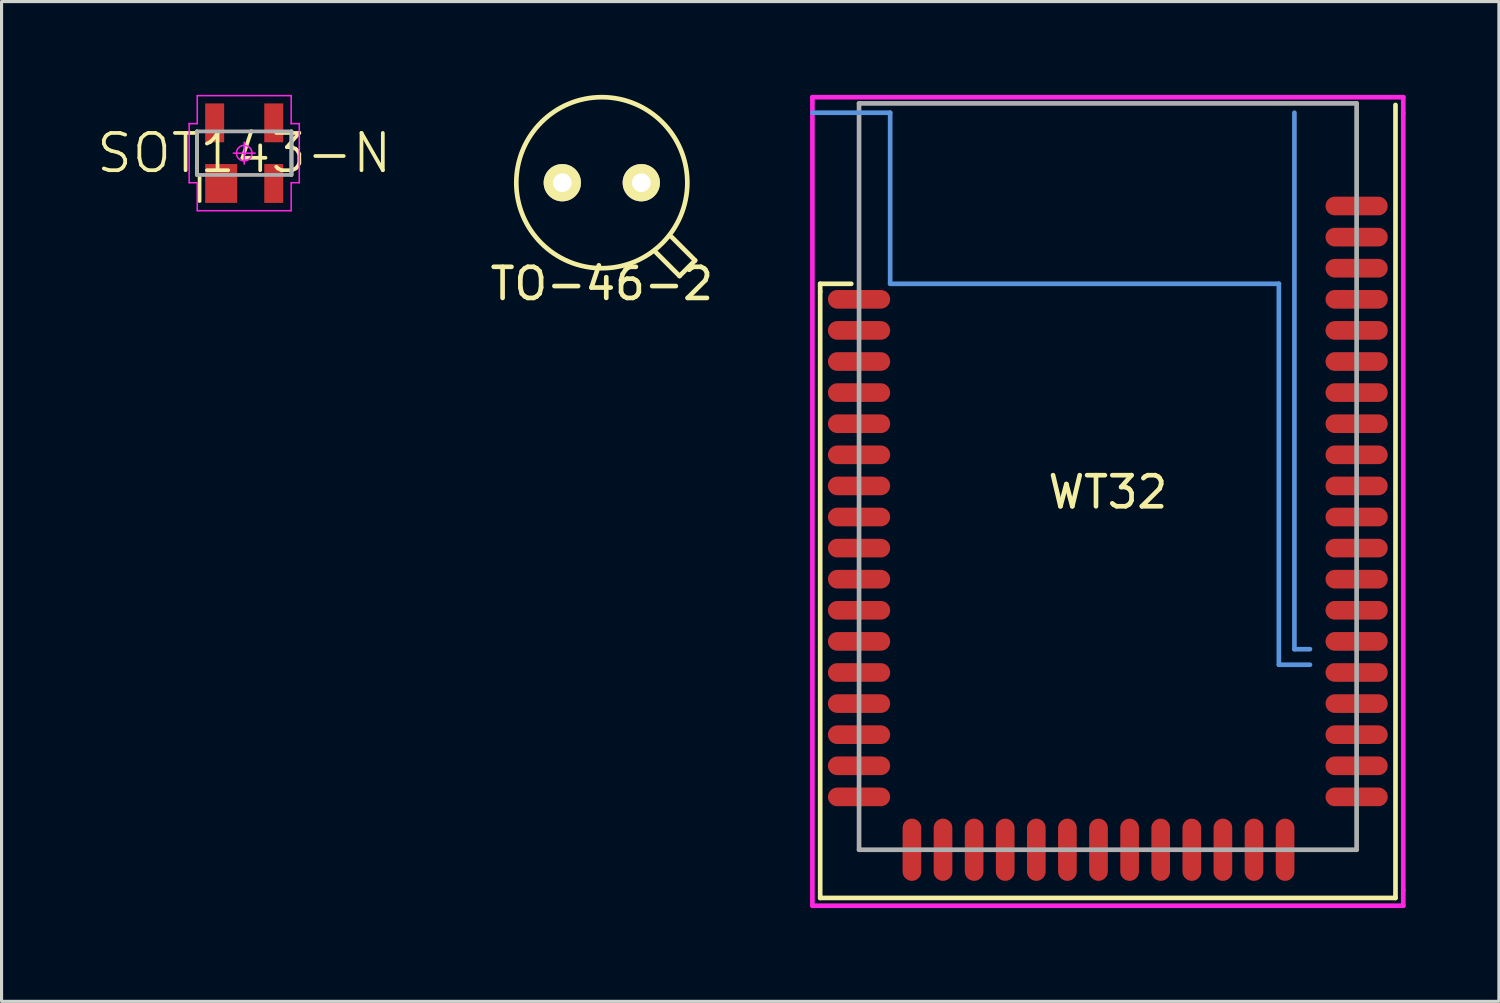
<source format=kicad_pcb>
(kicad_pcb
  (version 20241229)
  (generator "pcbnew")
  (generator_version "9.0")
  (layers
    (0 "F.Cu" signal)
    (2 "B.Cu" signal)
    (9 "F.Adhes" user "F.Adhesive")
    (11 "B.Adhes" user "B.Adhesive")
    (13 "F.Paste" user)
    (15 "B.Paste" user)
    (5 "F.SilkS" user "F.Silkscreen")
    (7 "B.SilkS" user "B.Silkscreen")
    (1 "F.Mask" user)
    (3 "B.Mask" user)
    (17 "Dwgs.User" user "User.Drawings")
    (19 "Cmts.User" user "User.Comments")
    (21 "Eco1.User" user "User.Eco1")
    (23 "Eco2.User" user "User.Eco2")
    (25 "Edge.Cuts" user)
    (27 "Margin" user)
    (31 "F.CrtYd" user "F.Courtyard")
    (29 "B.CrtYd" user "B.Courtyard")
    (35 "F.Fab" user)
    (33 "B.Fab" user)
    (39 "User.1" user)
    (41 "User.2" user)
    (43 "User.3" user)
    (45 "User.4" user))
  (footprint "SOT143-N"
    (layer "F.Cu")
    (at 4.803 1.875)
    (property "Reference" "SOT143-N" (at 0 0 0) (layer "F.SilkS") (effects (font (size 1.2 1.2) (thickness 0.12))))
    (attr smd)
    (fp_line (start -1.52 0.7) (end -1.52 -0.7) (stroke (width 0.12) (type solid)) (layer "F.SilkS"))
    (fp_line (start -1.435 0.7) (end -1.435 1.54) (stroke (width 0.12) (type solid)) (layer "F.SilkS"))
    (fp_line (start 1.52 0.7) (end 1.52 -0.7) (stroke (width 0.12) (type solid)) (layer "F.SilkS"))
    (fp_line (start -1.77 -0.95) (end -1.77 0.95) (stroke (width 0.05) (type solid)) (layer "F.CrtYd"))
    (fp_line (start -1.77 0.95) (end -1.51 0.95) (stroke (width 0.05) (type solid)) (layer "F.CrtYd"))
    (fp_line (start -1.51 -1.85) (end -1.51 -0.95) (stroke (width 0.05) (type solid)) (layer "F.CrtYd"))
    (fp_line (start -1.51 -0.95) (end -1.77 -0.95) (stroke (width 0.05) (type solid)) (layer "F.CrtYd"))
    (fp_line (start -1.51 0.95) (end -1.51 1.85) (stroke (width 0.05) (type solid)) (layer "F.CrtYd"))
    (fp_line (start -1.51 1.85) (end 1.51 1.85) (stroke (width 0.05) (type solid)) (layer "F.CrtYd"))
    (fp_line (start -0.35 0) (end 0.35 0) (stroke (width 0.05) (type solid)) (layer "F.CrtYd"))
    (fp_line (start 0 -0.35) (end 0 0.35) (stroke (width 0.05) (type solid)) (layer "F.CrtYd"))
    (fp_line (start 1.51 -1.85) (end -1.51 -1.85) (stroke (width 0.05) (type solid)) (layer "F.CrtYd"))
    (fp_line (start 1.51 -0.95) (end 1.51 -1.85) (stroke (width 0.05) (type solid)) (layer "F.CrtYd"))
    (fp_line (start 1.51 0.95) (end 1.77 0.95) (stroke (width 0.05) (type solid)) (layer "F.CrtYd"))
    (fp_line (start 1.51 1.85) (end 1.51 0.95) (stroke (width 0.05) (type solid)) (layer "F.CrtYd"))
    (fp_line (start 1.77 -0.95) (end 1.51 -0.95) (stroke (width 0.05) (type solid)) (layer "F.CrtYd"))
    (fp_line (start 1.77 0.95) (end 1.77 -0.95) (stroke (width 0.05) (type solid)) (layer "F.CrtYd"))
    (fp_circle (center 0 0) (end 0 0.25) (stroke (width 0.05) (type solid)) (fill no) (layer "F.CrtYd"))
    (fp_line (start -1.52 -0.7) (end 1.52 -0.7) (stroke (width 0.12) (type solid)) (layer "F.Fab"))
    (fp_line (start -1.52 0.7) (end -1.52 -0.7) (stroke (width 0.12) (type solid)) (layer "F.Fab"))
    (fp_line (start 1.52 -0.7) (end 1.52 0.7) (stroke (width 0.12) (type solid)) (layer "F.Fab"))
    (fp_line (start 1.52 0.7) (end -1.52 0.7) (stroke (width 0.12) (type solid)) (layer "F.Fab"))
    (pad "1" smd rect (at -0.74 0.975 90) (size 1.25 1.03) (layers "F.Cu" "F.Mask" "F.Paste"))
    (pad "2" smd rect (at 0.95 0.975 90) (size 1.25 0.61) (layers "F.Cu" "F.Mask" "F.Paste"))
    (pad "3" smd rect (at 0.95 -0.975 90) (size 1.25 0.61) (layers "F.Cu" "F.Mask" "F.Paste"))
    (pad "4" smd rect (at -0.95 -0.975 90) (size 1.25 0.61) (layers "F.Cu" "F.Mask" "F.Paste")))
  (footprint "TO-46-2"
    (layer "F.Cu")
    (at 16.302 2.825)
    (property "Reference" "TO-46-2" (at 0 3.25 0) (layer "F.SilkS") (effects (font (size 1 1) (thickness 0.15))))
    (attr through_hole)
    (fp_line (start 1.75 2.25) (end 2.5 3) (stroke (width 0.15) (type solid)) (layer "F.SilkS"))
    (fp_line (start 2.25 1.75) (end 3 2.5) (stroke (width 0.15) (type solid)) (layer "F.SilkS"))
    (fp_line (start 3 2.5) (end 2.5 3) (stroke (width 0.15) (type solid)) (layer "F.SilkS"))
    (fp_circle (center 0 0) (end 2.75 0) (stroke (width 0.15) (type solid)) (fill no) (layer "F.SilkS"))
    (pad "1" thru_hole circle (at -1.27 0) (size 1.2 1.2) (drill 0.6) (layers "*.Cu" "*.Mask" "F.SilkS"))
    (pad "2" thru_hole circle (at 1.27 0) (size 1.2 1.2) (drill 0.6) (layers "*.Cu" "*.Mask" "F.SilkS")))
  (footprint "WT32"
    (layer "F.Cu")
    (at 32.574 12.575)
    (property "Reference" "WT32" (at 0 0.2 0) (layer "F.SilkS") (effects (font (size 1 1) (thickness 0.15))))
    (attr through_hole)
    (fp_line (start -9.25 -6.5) (end -8.25 -6.5) (stroke (width 0.15) (type solid)) (layer "F.SilkS"))
    (fp_line (start -9.25 -6.25) (end -9.25 -6.5) (stroke (width 0.15) (type solid)) (layer "F.SilkS"))
    (fp_line (start -9.25 13.25) (end -9.25 -6.25) (stroke (width 0.15) (type solid)) (layer "F.SilkS"))
    (fp_line (start 9.25 -12.25) (end 9.25 13.25) (stroke (width 0.15) (type solid)) (layer "F.SilkS"))
    (fp_line (start 9.25 13.25) (end -9.25 13.25) (stroke (width 0.15) (type solid)) (layer "F.SilkS"))
    (fp_line (start -7 -12) (end -9.5 -12) (stroke (width 0.15) (type solid)) (layer "Cmts.User"))
    (fp_line (start -7 -6.5) (end -7 -12) (stroke (width 0.15) (type solid)) (layer "Cmts.User"))
    (fp_line (start -7 -6.5) (end 5.5 -6.5) (stroke (width 0.15) (type solid)) (layer "Cmts.User"))
    (fp_line (start 5.5 -6.5) (end 5.5 5.75) (stroke (width 0.15) (type solid)) (layer "Cmts.User"))
    (fp_line (start 5.5 5.75) (end 6.5 5.75) (stroke (width 0.15) (type solid)) (layer "Cmts.User"))
    (fp_line (start 6 -12) (end 6 5.25) (stroke (width 0.15) (type solid)) (layer "Cmts.User"))
    (fp_line (start 6 5.25) (end 6.5 5.25) (stroke (width 0.15) (type solid)) (layer "Cmts.User"))
    (fp_line (start -9.5 -12.5) (end 9.5 -12.5) (stroke (width 0.15) (type solid)) (layer "F.CrtYd"))
    (fp_line (start -9.5 13.5) (end -9.5 -12.5) (stroke (width 0.15) (type solid)) (layer "F.CrtYd"))
    (fp_line (start 9.5 -12.5) (end 9.5 -12) (stroke (width 0.15) (type solid)) (layer "F.CrtYd"))
    (fp_line (start 9.5 -12) (end 9.5 13) (stroke (width 0.15) (type solid)) (layer "F.CrtYd"))
    (fp_line (start 9.5 13) (end 9.5 13.5) (stroke (width 0.15) (type solid)) (layer "F.CrtYd"))
    (fp_line (start 9.5 13.5) (end -9.5 13.5) (stroke (width 0.15) (type solid)) (layer "F.CrtYd"))
    (fp_line (start -8 -12.3) (end -8 11.7) (stroke (width 0.15) (type solid)) (layer "F.Fab"))
    (fp_line (start -8 11.7) (end 8 11.7) (stroke (width 0.15) (type solid)) (layer "F.Fab"))
    (fp_line (start 8 -12.3) (end -8 -12.3) (stroke (width 0.15) (type solid)) (layer "F.Fab"))
    (fp_line (start 8 11.7) (end 8 -12.3) (stroke (width 0.15) (type solid)) (layer "F.Fab"))
    (pad "1" smd oval (at -8 -6) (size 2 0.6) (layers "F.Cu" "F.Mask" "F.Paste"))
    (pad "2" smd oval (at -8 -5) (size 2 0.6) (layers "F.Cu" "F.Mask" "F.Paste"))
    (pad "3" smd oval (at -8 -4) (size 2 0.6) (layers "F.Cu" "F.Mask" "F.Paste"))
    (pad "4" smd oval (at -8 -3) (size 2 0.6) (layers "F.Cu" "F.Mask" "F.Paste"))
    (pad "5" smd oval (at -8 -2) (size 2 0.6) (layers "F.Cu" "F.Mask" "F.Paste"))
    (pad "6" smd oval (at -8 -1) (size 2 0.6) (layers "F.Cu" "F.Mask" "F.Paste"))
    (pad "7" smd oval (at -8 0) (size 2 0.6) (layers "F.Cu" "F.Mask" "F.Paste"))
    (pad "8" smd oval (at -8 1) (size 2 0.6) (layers "F.Cu" "F.Mask" "F.Paste"))
    (pad "9" smd oval (at -8 2) (size 2 0.6) (layers "F.Cu" "F.Mask" "F.Paste"))
    (pad "10" smd oval (at -8 3) (size 2 0.6) (layers "F.Cu" "F.Mask" "F.Paste"))
    (pad "11" smd oval (at -8 4) (size 2 0.6) (layers "F.Cu" "F.Mask" "F.Paste"))
    (pad "12" smd oval (at -8 5) (size 2 0.6) (layers "F.Cu" "F.Mask" "F.Paste"))
    (pad "13" smd oval (at -8 6) (size 2 0.6) (layers "F.Cu" "F.Mask" "F.Paste"))
    (pad "14" smd oval (at -8 7) (size 2 0.6) (layers "F.Cu" "F.Mask" "F.Paste"))
    (pad "15" smd oval (at -8 8) (size 2 0.6) (layers "F.Cu" "F.Mask" "F.Paste"))
    (pad "16" smd oval (at -8 9) (size 2 0.6) (layers "F.Cu" "F.Mask" "F.Paste"))
    (pad "17" smd oval (at -8 10) (size 2 0.6) (layers "F.Cu" "F.Mask" "F.Paste"))
    (pad "18" smd oval (at -6.3 11.7 90) (size 2 0.6) (layers "F.Cu" "F.Mask" "F.Paste"))
    (pad "19" smd oval (at -5.3 11.7 90) (size 2 0.6) (layers "F.Cu" "F.Mask" "F.Paste"))
    (pad "20" smd oval (at -4.3 11.7 90) (size 2 0.6) (layers "F.Cu" "F.Mask" "F.Paste"))
    (pad "21" smd oval (at -3.3 11.7 90) (size 2 0.6) (layers "F.Cu" "F.Mask" "F.Paste"))
    (pad "22" smd oval (at -2.3 11.7 90) (size 2 0.6) (layers "F.Cu" "F.Mask" "F.Paste"))
    (pad "23" smd oval (at -1.3 11.7 90) (size 2 0.6) (layers "F.Cu" "F.Mask" "F.Paste"))
    (pad "24" smd oval (at -0.3 11.7 90) (size 2 0.6) (layers "F.Cu" "F.Mask" "F.Paste"))
    (pad "25" smd oval (at 0.7 11.7 90) (size 2 0.6) (layers "F.Cu" "F.Mask" "F.Paste"))
    (pad "26" smd oval (at 1.7 11.7 90) (size 2 0.6) (layers "F.Cu" "F.Mask" "F.Paste"))
    (pad "27" smd oval (at 2.7 11.7 90) (size 2 0.6) (layers "F.Cu" "F.Mask" "F.Paste"))
    (pad "28" smd oval (at 3.7 11.7 90) (size 2 0.6) (layers "F.Cu" "F.Mask" "F.Paste"))
    (pad "29" smd oval (at 4.7 11.7 90) (size 2 0.6) (layers "F.Cu" "F.Mask" "F.Paste"))
    (pad "30" smd oval (at 5.7 11.7 90) (size 2 0.6) (layers "F.Cu" "F.Mask" "F.Paste"))
    (pad "31" smd oval (at 8 10) (size 2 0.6) (layers "F.Cu" "F.Mask" "F.Paste"))
    (pad "32" smd oval (at 8 9) (size 2 0.6) (layers "F.Cu" "F.Mask" "F.Paste"))
    (pad "33" smd oval (at 8 8) (size 2 0.6) (layers "F.Cu" "F.Mask" "F.Paste"))
    (pad "34" smd oval (at 8 7) (size 2 0.6) (layers "F.Cu" "F.Mask" "F.Paste"))
    (pad "35" smd oval (at 8 6) (size 2 0.6) (layers "F.Cu" "F.Mask" "F.Paste"))
    (pad "36" smd oval (at 8 5) (size 2 0.6) (layers "F.Cu" "F.Mask" "F.Paste"))
    (pad "37" smd oval (at 8 4) (size 2 0.6) (layers "F.Cu" "F.Mask" "F.Paste"))
    (pad "38" smd oval (at 8 3) (size 2 0.6) (layers "F.Cu" "F.Mask" "F.Paste"))
    (pad "39" smd oval (at 8 2) (size 2 0.6) (layers "F.Cu" "F.Mask" "F.Paste"))
    (pad "40" smd oval (at 8 1) (size 2 0.6) (layers "F.Cu" "F.Mask" "F.Paste"))
    (pad "41" smd oval (at 8 0) (size 2 0.6) (layers "F.Cu" "F.Mask" "F.Paste"))
    (pad "42" smd oval (at 8 -1) (size 2 0.6) (layers "F.Cu" "F.Mask" "F.Paste"))
    (pad "43" smd oval (at 8 -2) (size 2 0.6) (layers "F.Cu" "F.Mask" "F.Paste"))
    (pad "44" smd oval (at 8 -3) (size 2 0.6) (layers "F.Cu" "F.Mask" "F.Paste"))
    (pad "45" smd oval (at 8 -4) (size 2 0.6) (layers "F.Cu" "F.Mask" "F.Paste"))
    (pad "46" smd oval (at 8 -5) (size 2 0.6) (layers "F.Cu" "F.Mask" "F.Paste"))
    (pad "47" smd oval (at 8 -6) (size 2 0.6) (layers "F.Cu" "F.Mask" "F.Paste"))
    (pad "48" smd oval (at 8 -7) (size 2 0.6) (layers "F.Cu" "F.Mask" "F.Paste"))
    (pad "49" smd oval (at 8 -8) (size 2 0.6) (layers "F.Cu" "F.Mask" "F.Paste"))
    (pad "50" smd oval (at 8 -9) (size 2 0.6) (layers "F.Cu" "F.Mask" "F.Paste")))
  (gr_rect
    (start -3 -3)
    (end 45.149 29.15)
    (stroke (width 0.1) (type default))
    (fill no)
    (layer "Edge.Cuts")))
</source>
